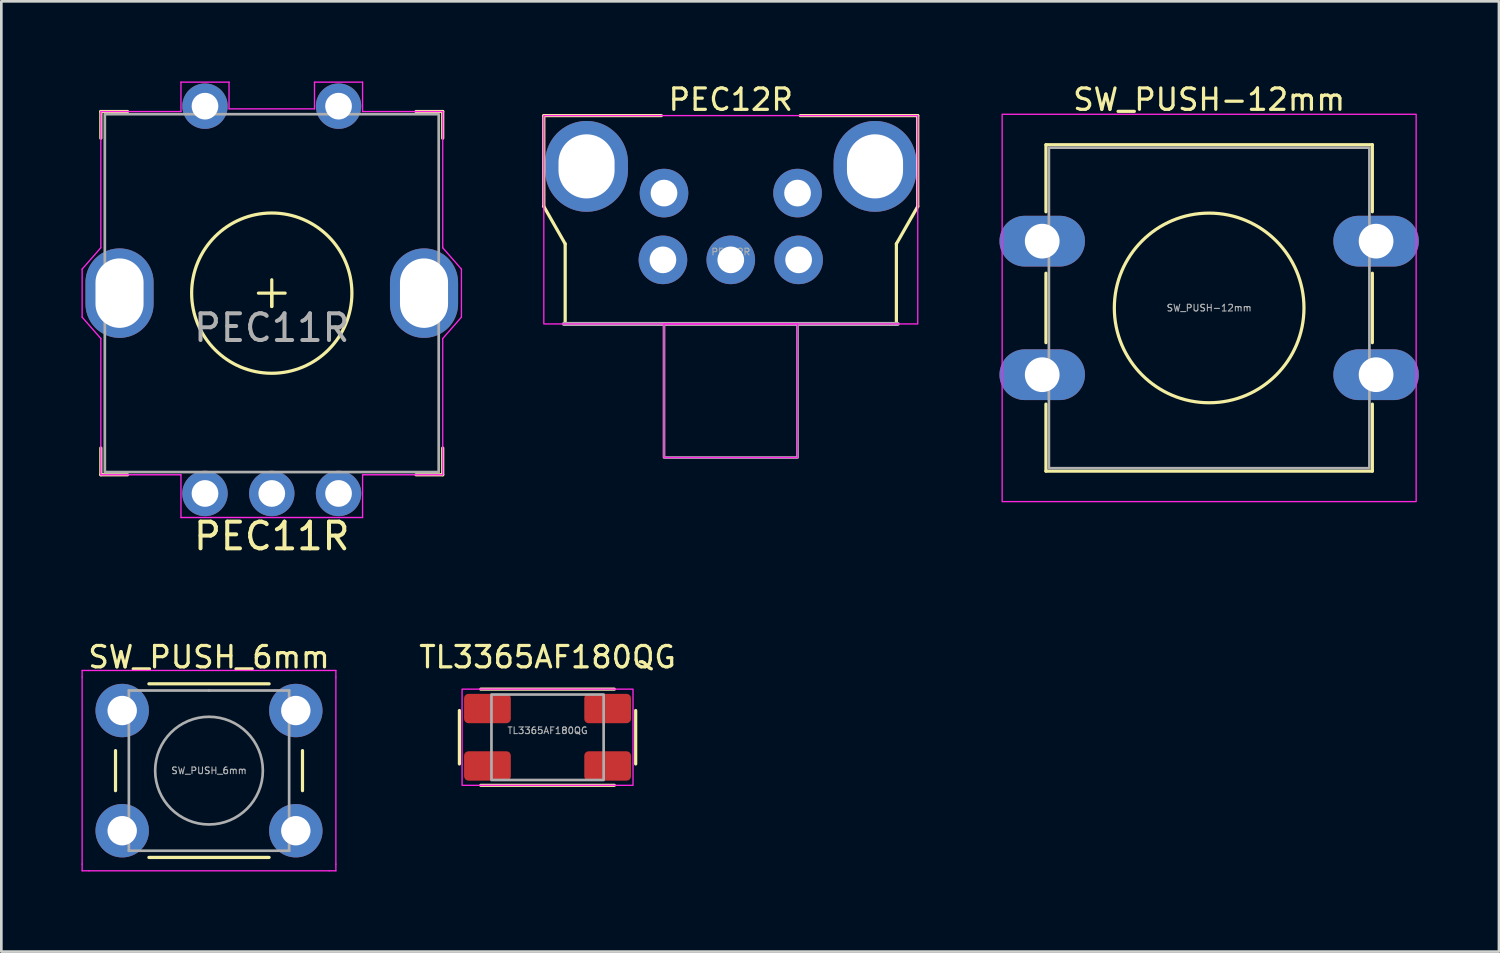
<source format=kicad_pcb>
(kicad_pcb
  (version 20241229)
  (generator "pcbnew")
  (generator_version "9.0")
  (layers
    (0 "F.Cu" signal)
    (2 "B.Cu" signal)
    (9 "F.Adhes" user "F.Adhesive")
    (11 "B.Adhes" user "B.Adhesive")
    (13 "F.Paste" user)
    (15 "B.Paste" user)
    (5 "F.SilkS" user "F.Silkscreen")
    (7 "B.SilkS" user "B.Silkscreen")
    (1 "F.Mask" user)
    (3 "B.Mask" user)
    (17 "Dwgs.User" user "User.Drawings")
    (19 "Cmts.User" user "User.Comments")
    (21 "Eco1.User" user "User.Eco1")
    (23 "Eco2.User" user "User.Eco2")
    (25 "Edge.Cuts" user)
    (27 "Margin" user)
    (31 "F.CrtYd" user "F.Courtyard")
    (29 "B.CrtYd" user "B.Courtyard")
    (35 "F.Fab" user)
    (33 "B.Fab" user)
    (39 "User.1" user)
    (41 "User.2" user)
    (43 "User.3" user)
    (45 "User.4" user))
  (footprint "PEC12R"
    (layer "F.Cu")
    (at 24.31 6.679)
    (property "Reference" "PEC12R" (at 0 -6 0) (unlocked yes) (layer "F.SilkS") (effects (font (size 0.8 0.8) (thickness 0.12))))
    (attr through_hole)
    (fp_line (start -7 -5.4) (end -2.6 -5.4) (stroke (width 0.12) (type solid)) (layer "F.SilkS"))
    (fp_line (start -7 -2) (end -7 -5.4) (stroke (width 0.12) (type solid)) (layer "F.SilkS"))
    (fp_line (start -6.2 -0.6) (end -7 -2) (stroke (width 0.12) (type solid)) (layer "F.SilkS"))
    (fp_line (start -6.2 2.4) (end -6.2 -0.6) (stroke (width 0.12) (type solid)) (layer "F.SilkS"))
    (fp_line (start -2.6 2.4) (end -6.2 2.4) (stroke (width 0.12) (type solid)) (layer "F.SilkS"))
    (fp_line (start 2.6 2.4) (end 6.2 2.4) (stroke (width 0.12) (type solid)) (layer "F.SilkS"))
    (fp_line (start 6.2 -0.6) (end 7 -2) (stroke (width 0.12) (type solid)) (layer "F.SilkS"))
    (fp_line (start 6.2 2.4) (end 6.2 -0.6) (stroke (width 0.12) (type solid)) (layer "F.SilkS"))
    (fp_line (start 7 -5.4) (end 2.6 -5.4) (stroke (width 0.12) (type solid)) (layer "F.SilkS"))
    (fp_line (start 7 -2) (end 7 -5.4) (stroke (width 0.12) (type solid)) (layer "F.SilkS"))
    (fp_rect (start -7 -5.4) (end 7 2.4) (stroke (width 0.05) (type solid)) (fill no) (layer "F.CrtYd"))
    (fp_rect (start -2.5 2.4) (end 2.5 7.4) (stroke (width 0.05) (type solid)) (fill no) (layer "F.CrtYd"))
    (fp_line (start -6.25 2.4) (end 6.25 2.4) (stroke (width 0.15) (type solid)) (layer "F.Fab"))
    (fp_rect (start -2.5 2.4) (end 2.5 7.4) (stroke (width 0.1) (type solid)) (fill no) (layer "F.Fab"))
    (fp_text user "${REFERENCE}" (at 0 -0.3 0) (unlocked yes) (layer "F.Fab") (effects (font (size 0.25 0.25) (thickness 0.04))))
    (pad "0" thru_hole oval (at -5.4 -3.5) (size 3.1 3.4) (drill oval 2.1 2.4) (layers "*.Cu" "*.Mask"))
    (pad "0" thru_hole oval (at 5.4 -3.5) (size 3.1 3.4) (drill oval 2.1 2.4) (layers "*.Cu" "*.Mask"))
    (pad "A" thru_hole circle (at -2.54 0) (size 1.82 1.82) (drill 1) (layers "*.Cu" "*.Mask"))
    (pad "B" thru_hole circle (at 2.54 0) (size 1.82 1.82) (drill 1) (layers "*.Cu" "*.Mask"))
    (pad "C" thru_hole circle (at 0 0) (size 1.82 1.82) (drill 1) (layers "*.Cu" "*.Mask"))
    (pad "S1" thru_hole circle (at -2.5 -2.5) (size 1.82 1.82) (drill 1) (layers "*.Cu" "*.Mask"))
    (pad "S2" thru_hole circle (at 2.5 -2.5) (size 1.82 1.82) (drill 1) (layers "*.Cu" "*.Mask")))
  (footprint "SW_PUSH_6mm"
    (layer "F.Cu")
    (at 1.525 23.552)
    (property "Reference" "SW_PUSH_6mm" (at 3.25 -2 0) (layer "F.SilkS") (effects (font (size 0.8 0.8) (thickness 0.12))))
    (attr through_hole)
    (fp_line (start -0.25 1.5) (end -0.25 3) (stroke (width 0.12) (type solid)) (layer "F.SilkS"))
    (fp_line (start 1 5.5) (end 5.5 5.5) (stroke (width 0.12) (type solid)) (layer "F.SilkS"))
    (fp_line (start 5.5 -1) (end 1 -1) (stroke (width 0.12) (type solid)) (layer "F.SilkS"))
    (fp_line (start 6.75 3) (end 6.75 1.5) (stroke (width 0.12) (type solid)) (layer "F.SilkS"))
    (fp_line (start -1.5 -1.5) (end -1.25 -1.5) (stroke (width 0.05) (type solid)) (layer "F.CrtYd"))
    (fp_line (start -1.5 -1.25) (end -1.5 -1.5) (stroke (width 0.05) (type solid)) (layer "F.CrtYd"))
    (fp_line (start -1.5 5.75) (end -1.5 -1.25) (stroke (width 0.05) (type solid)) (layer "F.CrtYd"))
    (fp_line (start -1.5 5.75) (end -1.5 6) (stroke (width 0.05) (type solid)) (layer "F.CrtYd"))
    (fp_line (start -1.5 6) (end -1.25 6) (stroke (width 0.05) (type solid)) (layer "F.CrtYd"))
    (fp_line (start -1.25 -1.5) (end 7.75 -1.5) (stroke (width 0.05) (type solid)) (layer "F.CrtYd"))
    (fp_line (start 7.75 -1.5) (end 8 -1.5) (stroke (width 0.05) (type solid)) (layer "F.CrtYd"))
    (fp_line (start 7.75 6) (end -1.25 6) (stroke (width 0.05) (type solid)) (layer "F.CrtYd"))
    (fp_line (start 7.75 6) (end 8 6) (stroke (width 0.05) (type solid)) (layer "F.CrtYd"))
    (fp_line (start 8 -1.5) (end 8 -1.25) (stroke (width 0.05) (type solid)) (layer "F.CrtYd"))
    (fp_line (start 8 -1.25) (end 8 5.75) (stroke (width 0.05) (type solid)) (layer "F.CrtYd"))
    (fp_line (start 8 6) (end 8 5.75) (stroke (width 0.05) (type solid)) (layer "F.CrtYd"))
    (fp_line (start 0.25 -0.75) (end 3.25 -0.75) (stroke (width 0.1) (type solid)) (layer "F.Fab"))
    (fp_line (start 0.25 5.25) (end 0.25 -0.75) (stroke (width 0.1) (type solid)) (layer "F.Fab"))
    (fp_line (start 3.25 -0.75) (end 6.25 -0.75) (stroke (width 0.1) (type solid)) (layer "F.Fab"))
    (fp_line (start 6.25 -0.75) (end 6.25 5.25) (stroke (width 0.1) (type solid)) (layer "F.Fab"))
    (fp_line (start 6.25 5.25) (end 0.25 5.25) (stroke (width 0.1) (type solid)) (layer "F.Fab"))
    (fp_circle (center 3.25 2.25) (end 1.25 2.5) (stroke (width 0.1) (type solid)) (fill no) (layer "F.Fab"))
    (fp_text user "${REFERENCE}" (at 3.25 2.25 0) (layer "F.Fab") (effects (font (size 0.25 0.25) (thickness 0.04))))
    (pad "1" thru_hole circle (at 0 0 90) (size 2 2) (drill 1.1) (layers "*.Cu" "*.Mask"))
    (pad "1" thru_hole circle (at 6.5 0 90) (size 2 2) (drill 1.1) (layers "*.Cu" "*.Mask"))
    (pad "2" thru_hole circle (at 0 4.5 90) (size 2 2) (drill 1.1) (layers "*.Cu" "*.Mask"))
    (pad "2" thru_hole circle (at 6.5 4.5 90) (size 2 2) (drill 1.1) (layers "*.Cu" "*.Mask")))
  (footprint "PEC11R"
    (layer "F.Cu")
    (at 7.125 7.925)
    (property "Reference" "PEC11R" (at 0 9.1 0) (unlocked yes) (layer "F.SilkS") (effects (font (size 1 1) (thickness 0.15))))
    (attr through_hole)
    (fp_line (start -6.4 -6.8) (end -6.4 -5.8) (stroke (width 0.12) (type solid)) (layer "F.SilkS"))
    (fp_line (start -6.4 -6.8) (end -5.4 -6.8) (stroke (width 0.12) (type solid)) (layer "F.SilkS"))
    (fp_line (start -6.4 6.8) (end -6.4 5.8) (stroke (width 0.12) (type solid)) (layer "F.SilkS"))
    (fp_line (start -6.4 6.8) (end -5.4 6.8) (stroke (width 0.12) (type solid)) (layer "F.SilkS"))
    (fp_line (start -0.5 0) (end 0.5 0) (stroke (width 0.12) (type solid)) (layer "F.SilkS"))
    (fp_line (start 0 -0.5) (end 0 0.5) (stroke (width 0.12) (type solid)) (layer "F.SilkS"))
    (fp_line (start 0 0.5) (end 0 0) (stroke (width 0.12) (type solid)) (layer "F.SilkS"))
    (fp_line (start 6.4 -6.8) (end 5.4 -6.8) (stroke (width 0.12) (type solid)) (layer "F.SilkS"))
    (fp_line (start 6.4 -6.8) (end 6.4 -5.8) (stroke (width 0.12) (type solid)) (layer "F.SilkS"))
    (fp_line (start 6.4 6.8) (end 5.4 6.8) (stroke (width 0.12) (type solid)) (layer "F.SilkS"))
    (fp_line (start 6.4 6.8) (end 6.4 5.8) (stroke (width 0.12) (type solid)) (layer "F.SilkS"))
    (fp_circle (center 0 0) (end 3 0) (stroke (width 0.12) (type solid)) (fill no) (layer "F.SilkS"))
    (fp_line (start -7.1 -0.9) (end -6.4 -1.7) (stroke (width 0.05) (type solid)) (layer "F.CrtYd"))
    (fp_line (start -7.1 0.9) (end -7.1 -0.9) (stroke (width 0.05) (type solid)) (layer "F.CrtYd"))
    (fp_line (start -6.4 -6.8) (end -3.4 -6.8) (stroke (width 0.05) (type solid)) (layer "F.CrtYd"))
    (fp_line (start -6.4 -1.7) (end -6.4 -6.8) (stroke (width 0.05) (type solid)) (layer "F.CrtYd"))
    (fp_line (start -6.4 1.7) (end -7.1 0.9) (stroke (width 0.05) (type solid)) (layer "F.CrtYd"))
    (fp_line (start -6.4 6.8) (end -6.4 1.7) (stroke (width 0.05) (type solid)) (layer "F.CrtYd"))
    (fp_line (start -3.4 -6.8) (end -3.4 -7.9) (stroke (width 0.05) (type solid)) (layer "F.CrtYd"))
    (fp_line (start -3.4 6.8) (end -6.4 6.8) (stroke (width 0.05) (type solid)) (layer "F.CrtYd"))
    (fp_line (start -3.4 8.4) (end -3.4 6.8) (stroke (width 0.05) (type solid)) (layer "F.CrtYd"))
    (fp_line (start -1.6 -7.9) (end -3.4 -7.9) (stroke (width 0.05) (type solid)) (layer "F.CrtYd"))
    (fp_line (start -1.6 -6.9) (end -1.6 -7.9) (stroke (width 0.05) (type solid)) (layer "F.CrtYd"))
    (fp_line (start 1.6 -7.9) (end 3.4 -7.9) (stroke (width 0.05) (type solid)) (layer "F.CrtYd"))
    (fp_line (start 1.6 -6.9) (end -1.6 -6.9) (stroke (width 0.05) (type solid)) (layer "F.CrtYd"))
    (fp_line (start 1.6 -6.9) (end 1.6 -7.9) (stroke (width 0.05) (type solid)) (layer "F.CrtYd"))
    (fp_line (start 3.4 -7.9) (end 3.4 -6.8) (stroke (width 0.05) (type solid)) (layer "F.CrtYd"))
    (fp_line (start 3.4 -6.8) (end 6.4 -6.8) (stroke (width 0.05) (type solid)) (layer "F.CrtYd"))
    (fp_line (start 3.4 6.8) (end 3.4 8.4) (stroke (width 0.05) (type solid)) (layer "F.CrtYd"))
    (fp_line (start 3.4 8.4) (end -3.4 8.4) (stroke (width 0.05) (type solid)) (layer "F.CrtYd"))
    (fp_line (start 6.4 -6.8) (end 6.4 -1.7) (stroke (width 0.05) (type solid)) (layer "F.CrtYd"))
    (fp_line (start 6.4 -1.7) (end 7.1 -0.9) (stroke (width 0.05) (type solid)) (layer "F.CrtYd"))
    (fp_line (start 6.4 1.7) (end 6.4 6.8) (stroke (width 0.05) (type solid)) (layer "F.CrtYd"))
    (fp_line (start 6.4 6.8) (end 3.4 6.8) (stroke (width 0.05) (type solid)) (layer "F.CrtYd"))
    (fp_line (start 7.1 -0.9) (end 7.1 0.9) (stroke (width 0.05) (type solid)) (layer "F.CrtYd"))
    (fp_line (start 7.1 0.9) (end 6.4 1.7) (stroke (width 0.05) (type solid)) (layer "F.CrtYd"))
    (fp_rect (start -6.25 -6.7) (end 6.25 6.7) (stroke (width 0.1) (type solid)) (fill no) (layer "F.Fab"))
    (fp_text user "${REFERENCE}" (at 0 1.3 0) (unlocked yes) (layer "F.Fab") (effects (font (size 1 1) (thickness 0.15))))
    (pad "A" thru_hole circle (at -2.5 7.5) (size 1.7 1.7) (drill 1) (layers "*.Cu" "*.Mask"))
    (pad "B" thru_hole circle (at 2.5 7.5) (size 1.7 1.7) (drill 1) (layers "*.Cu" "*.Mask"))
    (pad "C" thru_hole circle (at 0 7.5) (size 1.7 1.7) (drill 1) (layers "*.Cu" "*.Mask"))
    (pad "M" thru_hole oval (at -5.7 0) (size 2.55 3.35) (drill oval 1.8 2.6) (layers "*.Cu" "*.Mask"))
    (pad "M" thru_hole oval (at 5.7 0) (size 2.55 3.35) (drill oval 1.8 2.6) (layers "*.Cu" "*.Mask"))
    (pad "S1" thru_hole circle (at -2.5 -7) (size 1.7 1.7) (drill 1) (layers "*.Cu" "*.Mask"))
    (pad "S2" thru_hole circle (at 2.5 -7) (size 1.7 1.7) (drill 1) (layers "*.Cu" "*.Mask")))
  (footprint "SW_PUSH-12mm"
    (layer "F.Cu")
    (at 35.97 5.979)
    (property "Reference" "SW_PUSH-12mm" (at 6.25 -5.3 0) (layer "F.SilkS") (effects (font (size 0.8 0.8) (thickness 0.12))))
    (attr through_hole)
    (fp_line (start 0.14 -3.61) (end 0.14 -1.1) (stroke (width 0.12) (type default)) (layer "F.SilkS"))
    (fp_line (start 0.14 -3.61) (end 12.36 -3.61) (stroke (width 0.12) (type default)) (layer "F.SilkS"))
    (fp_line (start 0.14 1.2) (end 0.14 3.8) (stroke (width 0.12) (type default)) (layer "F.SilkS"))
    (fp_line (start 0.14 6.1) (end 0.14 8.61) (stroke (width 0.12) (type default)) (layer "F.SilkS"))
    (fp_line (start 12.36 -3.61) (end 12.36 -1.1) (stroke (width 0.12) (type default)) (layer "F.SilkS"))
    (fp_line (start 12.36 1.2) (end 12.36 3.8) (stroke (width 0.12) (type default)) (layer "F.SilkS"))
    (fp_line (start 12.36 6.1) (end 12.36 8.61) (stroke (width 0.12) (type default)) (layer "F.SilkS"))
    (fp_line (start 12.36 8.61) (end 0.14 8.61) (stroke (width 0.12) (type default)) (layer "F.SilkS"))
    (fp_circle (center 6.25 2.5) (end 9.8 2.5) (stroke (width 0.12) (type default)) (fill no) (layer "F.SilkS"))
    (fp_rect (start -1.5 -4.75) (end 14 9.75) (stroke (width 0.05) (type default)) (fill no) (layer "F.CrtYd"))
    (fp_rect (start 0.25 -3.5) (end 12.25 8.5) (stroke (width 0.1) (type default)) (fill no) (layer "F.Fab"))
    (fp_text user "${REFERENCE}" (at 6.25 2.5 0) (layer "F.Fab") (effects (font (size 0.25 0.25) (thickness 0.04))))
    (pad "1" thru_hole oval (at 0 0) (size 3.2 1.9) (drill 1.3) (layers "*.Cu" "*.Mask"))
    (pad "1" thru_hole oval (at 12.5 0) (size 3.2 1.9) (drill 1.3) (layers "*.Cu" "*.Mask"))
    (pad "2" thru_hole oval (at 0 5) (size 3.2 1.9) (drill 1.3) (layers "*.Cu" "*.Mask"))
    (pad "2" thru_hole oval (at 12.5 5) (size 3.2 1.9) (drill 1.3) (layers "*.Cu" "*.Mask")))
  (footprint "TL3365AF180QG"
    (layer "F.Cu")
    (at 17.45 24.552)
    (property "Reference" "TL3365AF180QG" (at 0 -3 0) (unlocked yes) (layer "F.SilkS") (effects (font (size 0.8 0.8) (thickness 0.12))))
    (attr smd)
    (fp_line (start -3.3 -1) (end -3.3 1) (stroke (width 0.12) (type solid)) (layer "F.SilkS"))
    (fp_line (start -2.5 -1.8) (end 2.5 -1.8) (stroke (width 0.12) (type solid)) (layer "F.SilkS"))
    (fp_line (start 2.5 1.8) (end -2.5 1.8) (stroke (width 0.12) (type solid)) (layer "F.SilkS"))
    (fp_line (start 3.3 -1) (end 3.3 1) (stroke (width 0.12) (type solid)) (layer "F.SilkS"))
    (fp_rect (start -3.2 -1.8) (end 3.2 1.8) (stroke (width 0.05) (type solid)) (fill no) (layer "F.CrtYd"))
    (fp_rect (start -2.1 -1.6) (end 2.1 1.6) (stroke (width 0.1) (type solid)) (fill no) (layer "F.Fab"))
    (fp_text user "${REFERENCE}" (at 0 -0.25 0) (unlocked yes) (layer "F.Fab") (effects (font (size 0.25 0.25) (thickness 0.04))))
    (pad "1" smd roundrect (at -2.25 -1.075) (size 1.75 1.1) (layers "F.Cu" "F.Mask" "F.Paste") (roundrect_rratio 0.15))
    (pad "1" smd roundrect (at 2.25 -1.075) (size 1.75 1.1) (layers "F.Cu" "F.Mask" "F.Paste") (roundrect_rratio 0.15))
    (pad "2" smd roundrect (at -2.25 1.075) (size 1.75 1.1) (layers "F.Cu" "F.Mask" "F.Paste") (roundrect_rratio 0.15))
    (pad "2" smd roundrect (at 2.25 1.075) (size 1.75 1.1) (layers "F.Cu" "F.Mask" "F.Paste") (roundrect_rratio 0.15)))
  (gr_rect
    (start -3 -3)
    (end 53.07 32.577)
    (stroke (width 0.1) (type default))
    (fill no)
    (layer "Edge.Cuts")))
</source>
